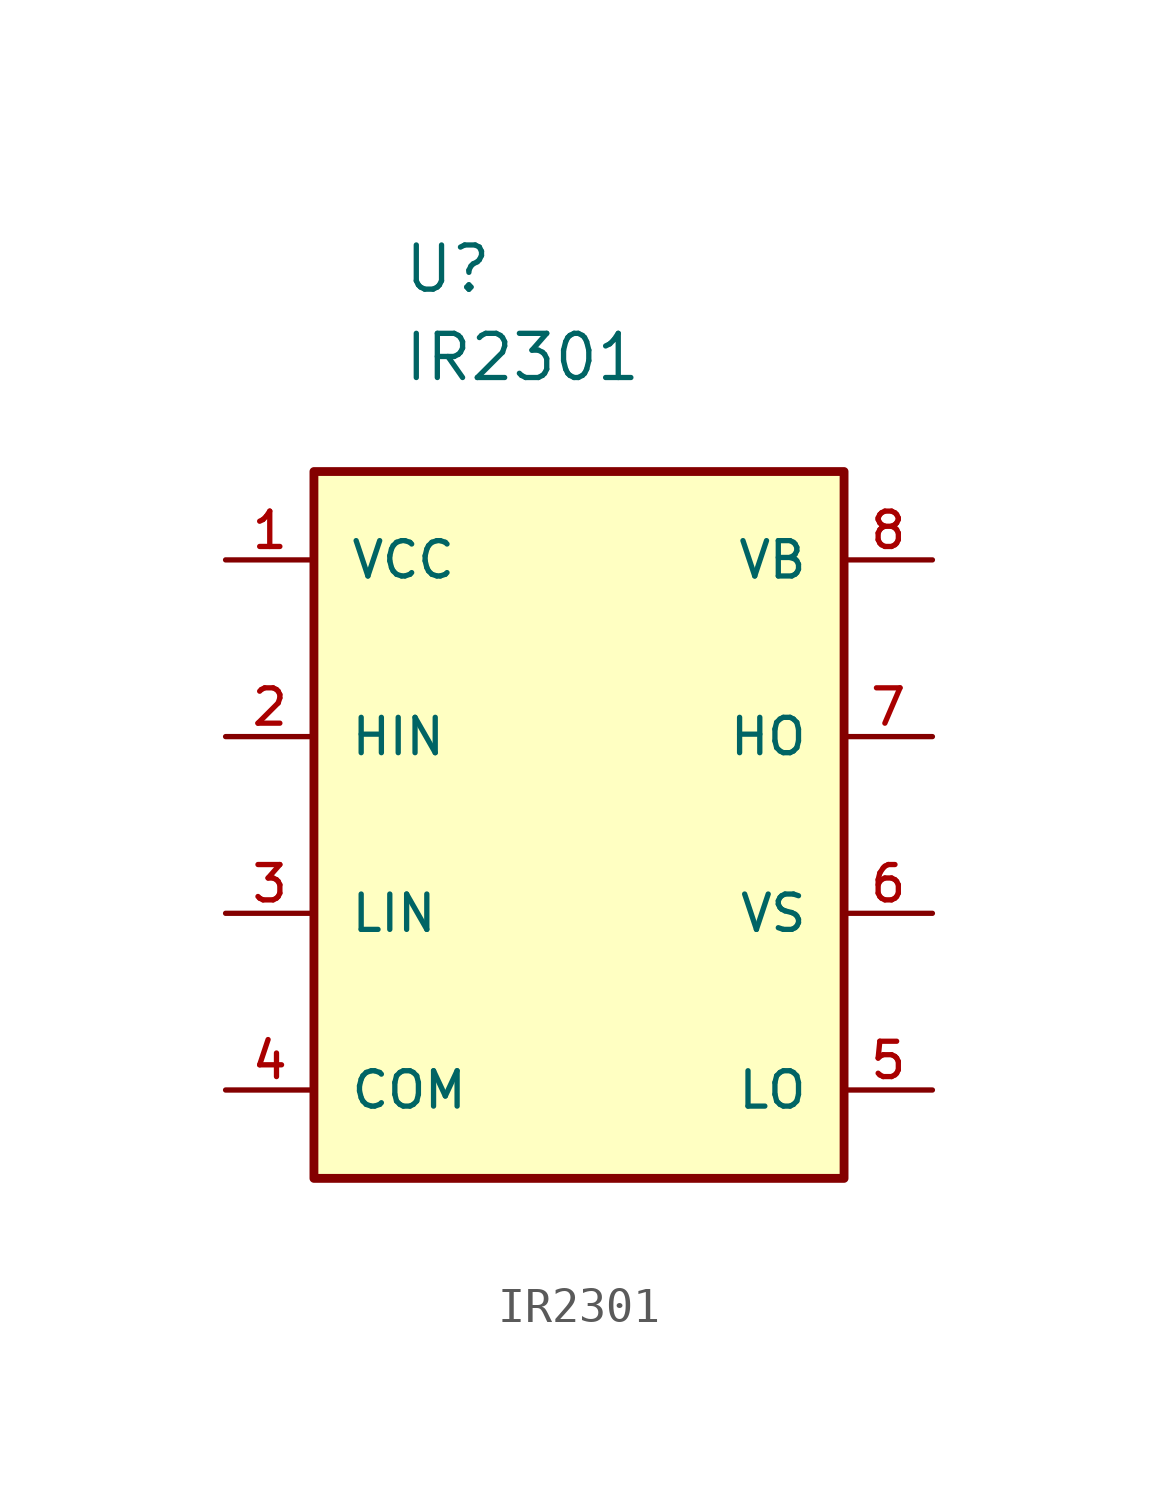
<source format=kicad_sym>
(kicad_symbol_lib
  (version 20211014)
  (generator kicad_symbol_editor)
  (symbol "IR2301"
    (pin_names
      (offset 1.016))
    (property "Reference" "U"
      (at -5.08 15.24 0)
      (effects (font (size 1.27 1.27)) (justify bottom left)))
    (property "Value" "IR2301"
      (at -5.08 12.7 0)
      (effects (font (size 1.27 1.27)) (justify bottom left)))
    (symbol "IR2301_0_0"
      (rectangle (start -7.62 -10.16) (end 7.62 10.16) (stroke (width 0.254)) (fill (type background)))
      (pin power_in line (at -10.16 7.62 0) (length 2.54) (name "VCC" (effects (font (size 1.016 1.016)))) (number "1" (effects (font (size 1.016 1.016)))))
      (pin power_in line (at -10.16 -7.62 0) (length 2.54) (name "COM" (effects (font (size 1.016 1.016)))) (number "4" (effects (font (size 1.016 1.016)))))
      (pin passive line (at 10.16 7.62 180.0) (length 2.54) (name "VB" (effects (font (size 1.016 1.016)))) (number "8" (effects (font (size 1.016 1.016)))))
      (pin passive line (at 10.16 -2.54 180.0) (length 2.54) (name "VS" (effects (font (size 1.016 1.016)))) (number "6" (effects (font (size 1.016 1.016)))))
      (pin output line (at 10.16 2.54 180.0) (length 2.54) (name "HO" (effects (font (size 1.016 1.016)))) (number "7" (effects (font (size 1.016 1.016)))))
      (pin output line (at 10.16 -7.62 180.0) (length 2.54) (name "LO" (effects (font (size 1.016 1.016)))) (number "5" (effects (font (size 1.016 1.016)))))
      (pin input line (at -10.16 2.54 0) (length 2.54) (name "HIN" (effects (font (size 1.016 1.016)))) (number "2" (effects (font (size 1.016 1.016)))))
      (pin input line (at -10.16 -2.54 0) (length 2.54) (name "LIN" (effects (font (size 1.016 1.016)))) (number "3" (effects (font (size 1.016 1.016))))))))
</source>
